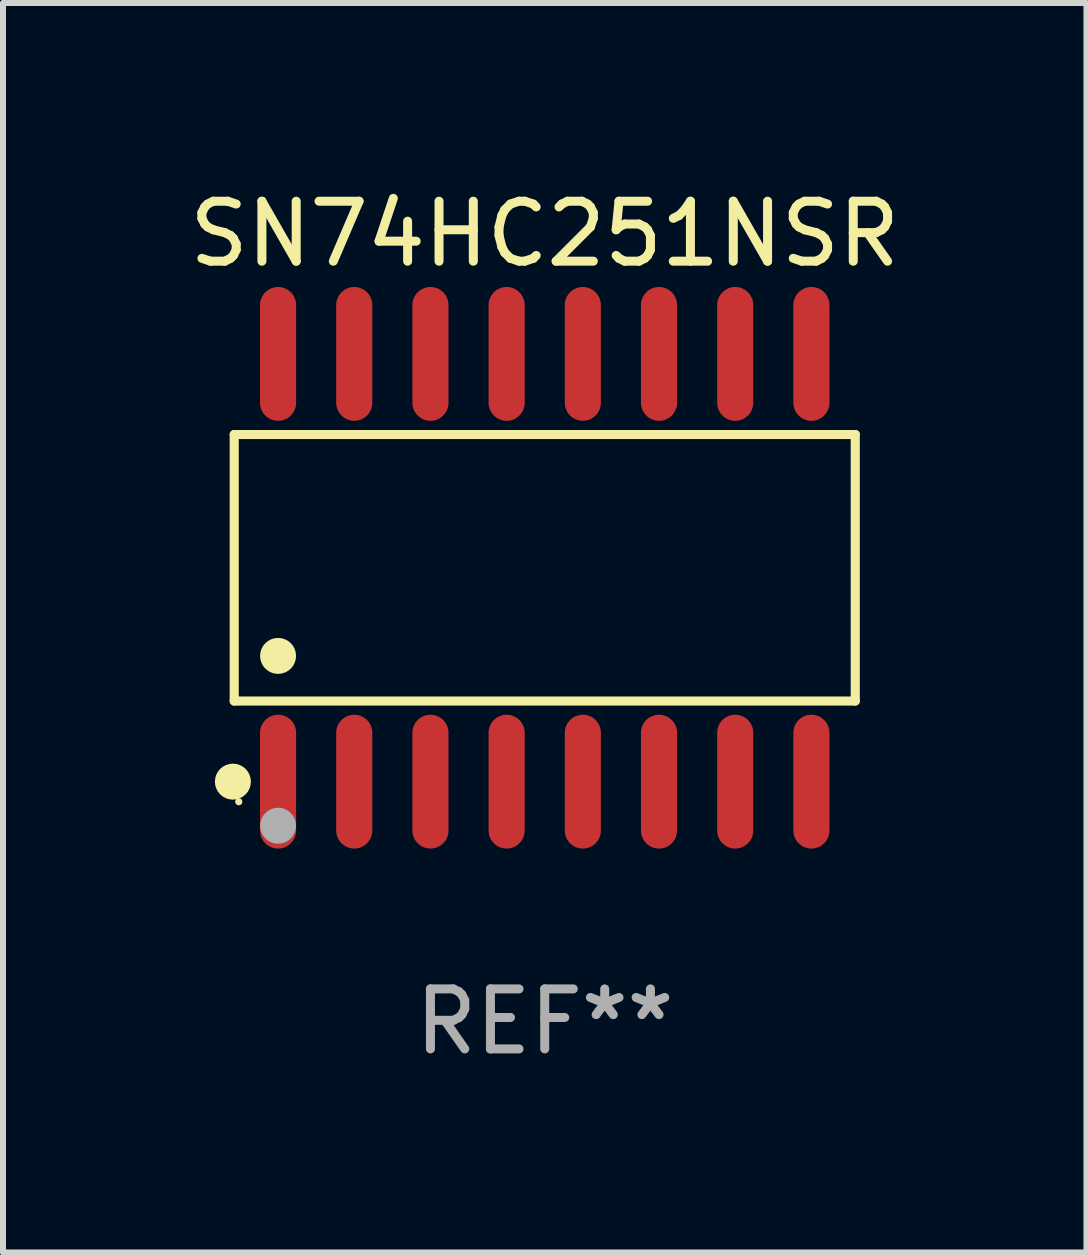
<source format=kicad_pcb>
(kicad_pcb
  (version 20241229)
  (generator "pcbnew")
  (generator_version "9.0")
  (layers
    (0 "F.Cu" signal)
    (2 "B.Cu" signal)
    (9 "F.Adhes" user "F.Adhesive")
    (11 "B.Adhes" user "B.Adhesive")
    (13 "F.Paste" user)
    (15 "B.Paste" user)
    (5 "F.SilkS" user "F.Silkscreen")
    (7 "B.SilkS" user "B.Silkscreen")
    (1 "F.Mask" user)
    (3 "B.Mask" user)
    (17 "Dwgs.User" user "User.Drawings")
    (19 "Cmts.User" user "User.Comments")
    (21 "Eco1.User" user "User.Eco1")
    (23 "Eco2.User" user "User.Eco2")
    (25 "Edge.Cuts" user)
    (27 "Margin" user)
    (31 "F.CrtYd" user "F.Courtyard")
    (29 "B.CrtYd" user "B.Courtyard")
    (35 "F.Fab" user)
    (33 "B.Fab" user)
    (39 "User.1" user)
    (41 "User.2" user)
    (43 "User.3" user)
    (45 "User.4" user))
  (footprint "SN74HC251NSR"
    (layer "F.Cu")
    (at 6.03 6.414)
    (property "Reference" "SN74HC251NSR" (at 0 -5.565 0) (layer "F.SilkS") (effects (font (size 1 1) (thickness 0.15))))
    (attr through_hole)
    (fp_line (start -5.176 -2.221) (end 5.176 -2.221) (stroke (width 0.152) (type solid)) (layer "F.SilkS"))
    (fp_line (start -5.176 2.221) (end -5.176 -2.221) (stroke (width 0.152) (type solid)) (layer "F.SilkS"))
    (fp_line (start 5.176 -2.221) (end 5.176 2.221) (stroke (width 0.152) (type solid)) (layer "F.SilkS"))
    (fp_line (start 5.176 2.221) (end -5.176 2.221) (stroke (width 0.152) (type solid)) (layer "F.SilkS"))
    (fp_circle (center -5.198 3.565) (end -5.048 3.565) (stroke (width 0.3) (type solid)) (fill no) (layer "F.SilkS"))
    (fp_circle (center -5.1 3.9) (end -5.07 3.9) (stroke (width 0.06) (type solid)) (fill no) (layer "F.SilkS"))
    (fp_circle (center -4.445 1.469) (end -4.295 1.469) (stroke (width 0.3) (type solid)) (fill no) (layer "F.SilkS"))
    (fp_circle (center -4.445 4.3) (end -4.295 4.3) (stroke (width 0.3) (type solid)) (fill no) (layer "F.Fab"))
    (fp_text user "REF**" (at 0 7.565 0) (layer "F.Fab") (effects (font (size 1 1) (thickness 0.15))))
    (pad "1" smd oval (at -4.445 3.565) (size 0.602 2.231) (layers "F.Cu" "F.Mask" "F.Paste"))
    (pad "2" smd oval (at -3.175 3.565) (size 0.602 2.231) (layers "F.Cu" "F.Mask" "F.Paste"))
    (pad "3" smd oval (at -1.905 3.565) (size 0.602 2.231) (layers "F.Cu" "F.Mask" "F.Paste"))
    (pad "4" smd oval (at -0.635 3.565) (size 0.602 2.231) (layers "F.Cu" "F.Mask" "F.Paste"))
    (pad "5" smd oval (at 0.635 3.565) (size 0.602 2.231) (layers "F.Cu" "F.Mask" "F.Paste"))
    (pad "6" smd oval (at 1.905 3.565) (size 0.602 2.231) (layers "F.Cu" "F.Mask" "F.Paste"))
    (pad "7" smd oval (at 3.175 3.565) (size 0.602 2.231) (layers "F.Cu" "F.Mask" "F.Paste"))
    (pad "8" smd oval (at 4.445 3.565) (size 0.602 2.231) (layers "F.Cu" "F.Mask" "F.Paste"))
    (pad "9" smd oval (at 4.445 -3.565) (size 0.602 2.231) (layers "F.Cu" "F.Mask" "F.Paste"))
    (pad "10" smd oval (at 3.175 -3.565) (size 0.602 2.231) (layers "F.Cu" "F.Mask" "F.Paste"))
    (pad "11" smd oval (at 1.905 -3.565) (size 0.602 2.231) (layers "F.Cu" "F.Mask" "F.Paste"))
    (pad "12" smd oval (at 0.635 -3.565) (size 0.602 2.231) (layers "F.Cu" "F.Mask" "F.Paste"))
    (pad "13" smd oval (at -0.635 -3.565) (size 0.602 2.231) (layers "F.Cu" "F.Mask" "F.Paste"))
    (pad "14" smd oval (at -1.905 -3.565) (size 0.602 2.231) (layers "F.Cu" "F.Mask" "F.Paste"))
    (pad "15" smd oval (at -3.175 -3.565) (size 0.602 2.231) (layers "F.Cu" "F.Mask" "F.Paste"))
    (pad "16" smd oval (at -4.445 -3.565) (size 0.602 2.231) (layers "F.Cu" "F.Mask" "F.Paste")))
  (gr_rect
    (start -3 -3)
    (end 15.06 17.827)
    (stroke (width 0.1) (type default))
    (fill no)
    (layer "Edge.Cuts")))
</source>
